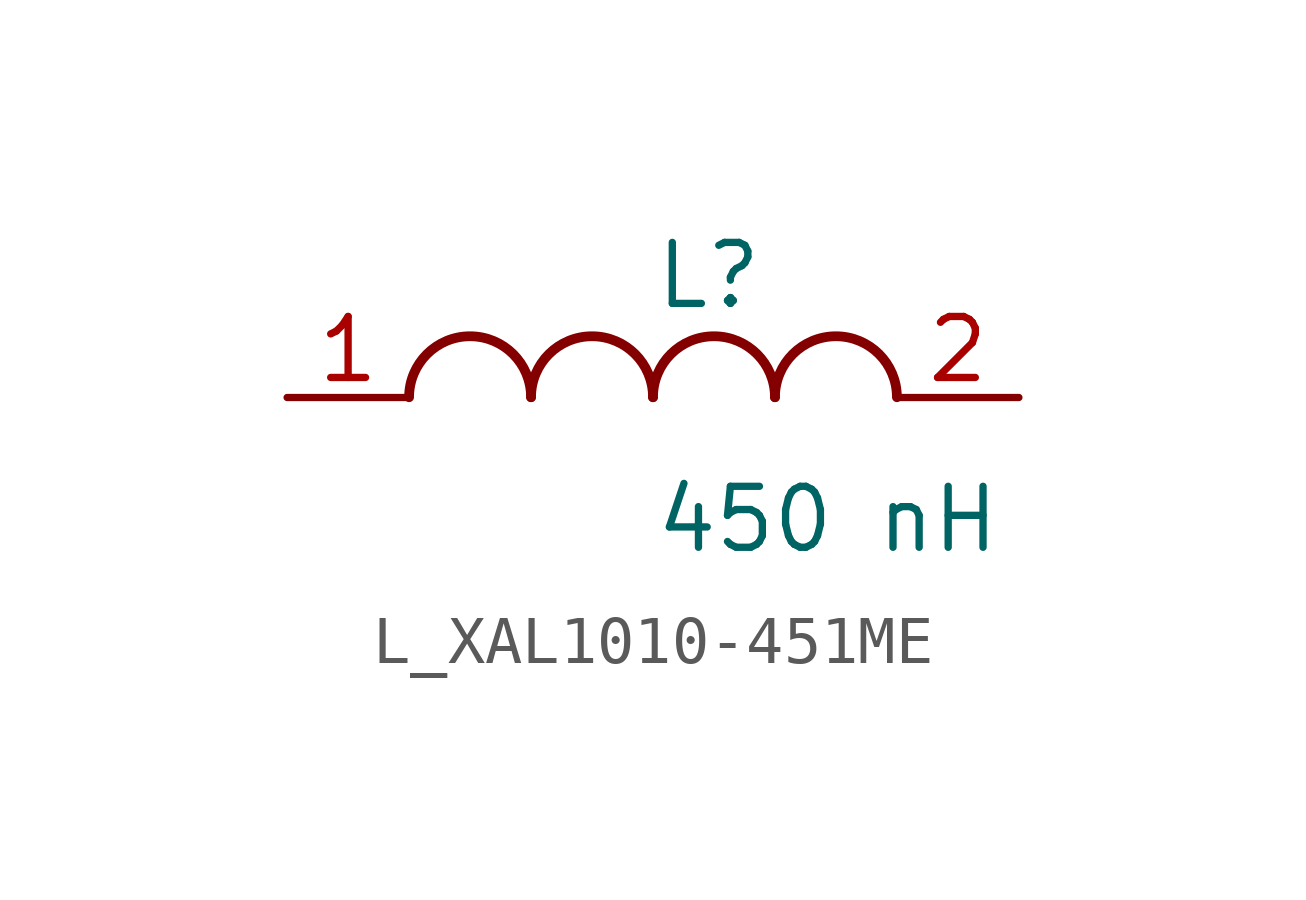
<source format=kicad_sym>
(kicad_symbol_lib
  (version 20231120)
  (generator kicad_symbol_editor)
  (generator_version 8.0)
  (symbol "L_XAL1010-451ME"
    (pin_names
      (offset 0.254))
    (property "Reference" "L"
      (at 0 2.54 0)
      (effects (font (size 1.27 1.27)) (justify left)))
    (property "Value" "450 nH"
      (at 0 -2.54 0)
      (effects (font (size 1.27 1.27)) (justify left)))
    (symbol "L_XAL1010-451ME_1_1"
      (arc (start -2.54 0.0056) (mid -3.81 1.27) (end -5.08 0.0056) (stroke (width 0.2032) (type default)) (fill (type none)))
      (arc (start 0 0.0056) (mid -1.27 1.27) (end -2.54 0.0056) (stroke (width 0.2032) (type default)) (fill (type none)))
      (arc (start 2.54 0.0056) (mid 1.27 1.27) (end 0 0.0056) (stroke (width 0.2032) (type default)) (fill (type none)))
      (arc (start 5.08 0.0056) (mid 3.81 1.27) (end 2.54 0.0056) (stroke (width 0.2032) (type default)) (fill (type none)))
      (pin unspecified line (at -7.62 0 0) (length 2.54) (name "" (effects (font (size 1.27 1.27)))) (number "1" (effects (font (size 1.27 1.27)))))
      (pin unspecified line (at 7.62 0 180) (length 2.54) (name "" (effects (font (size 1.27 1.27)))) (number "2" (effects (font (size 1.27 1.27))))))))
</source>
